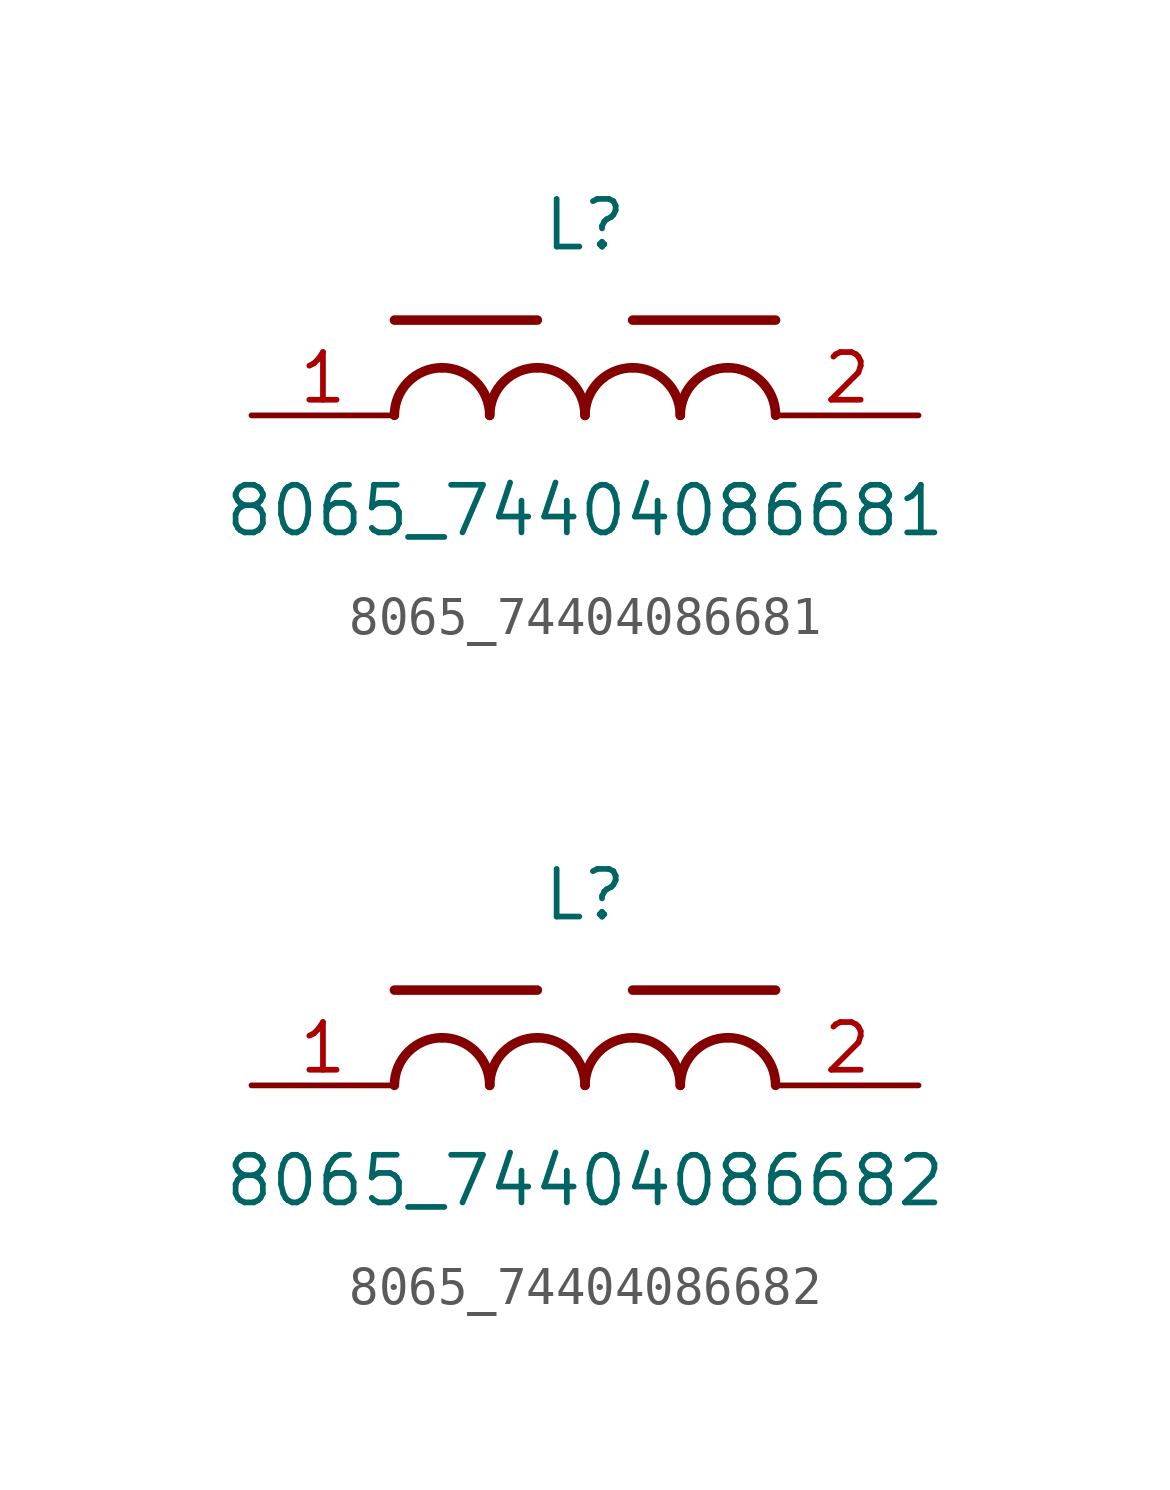
<source format=kicad_sym>
(kicad_symbol_lib
  (version 20211014)
  (generator kicad_symbol_editor)
  (symbol "Inductor_Wurth_WE-LQS:8065_74404086681"
    (pin_names hide)
    (property "Reference" "L"
      (at 0 5.08 0)
      (effects (font (size 1.27 1.27))))
    (property "Value" "8065_74404086681"
      (at 0 -2.54 0)
      (effects (font (size 1.27 1.27))))
    (symbol "8065_74404086681_0_1"
      (arc (start -3.81 1.27) (mid -4.708 0.898) (end -5.08 0) (stroke (width 0.254) (type default) (color 0 0 0 0)) (fill (type none)))
      (arc (start -2.54 0) (mid -2.912 0.898) (end -3.81 1.27) (stroke (width 0.254) (type default) (color 0 0 0 0)) (fill (type none)))
      (arc (start -1.2699 1.2701) (mid -2.1679 0.8981) (end -2.5399 0.0001) (stroke (width 0.254) (type default) (color 0 0 0 0)) (fill (type none)))
      (polyline (pts (xy -5.08 2.54) (xy -1.27 2.54)) (stroke (width 0.254) (type default) (color 0 0 0 0)) (fill (type none)))
      (polyline (pts (xy 5.08 2.54) (xy 1.27 2.54)) (stroke (width 0.254) (type default) (color 0 0 0 0)) (fill (type none)))
      (arc (start 0.0001 0.0001) (mid -0.3719 0.8981) (end -1.2699 1.2701) (stroke (width 0.254) (type default) (color 0 0 0 0)) (fill (type none)))
      (arc (start 1.2701 1.2701) (mid 0.3721 0.8981) (end 0.0001 0.0001) (stroke (width 0.254) (type default) (color 0 0 0 0)) (fill (type none)))
      (arc (start 2.5401 0.0001) (mid 2.1681 0.8981) (end 1.2701 1.2701) (stroke (width 0.254) (type default) (color 0 0 0 0)) (fill (type none)))
      (arc (start 3.8101 1.2701) (mid 2.9121 0.8981) (end 2.5401 0.0001) (stroke (width 0.254) (type default) (color 0 0 0 0)) (fill (type none)))
      (arc (start 5.0801 0.0001) (mid 4.7081 0.8981) (end 3.8101 1.2701) (stroke (width 0.254) (type default) (color 0 0 0 0)) (fill (type none))))
    (symbol "8065_74404086681_1_1"
      (pin passive line (at -8.89 0 0) (length 3.81) (name "1" (effects (font (size 1.27 1.27)))) (number "1" (effects (font (size 1.27 1.27)))))
      (pin passive line (at 8.89 0 180) (length 3.81) (name "2" (effects (font (size 1.27 1.27)))) (number "2" (effects (font (size 1.27 1.27)))))))
  (symbol "Inductor_Wurth_WE-LQS:8065_74404086682"
    (pin_names hide)
    (property "Reference" "L"
      (at 0 5.08 0)
      (effects (font (size 1.27 1.27))))
    (property "Value" "8065_74404086682"
      (at 0 -2.54 0)
      (effects (font (size 1.27 1.27))))
    (symbol "8065_74404086682_0_1"
      (arc (start -3.81 1.27) (mid -4.708 0.898) (end -5.08 0) (stroke (width 0.254) (type default) (color 0 0 0 0)) (fill (type none)))
      (arc (start -2.54 0) (mid -2.912 0.898) (end -3.81 1.27) (stroke (width 0.254) (type default) (color 0 0 0 0)) (fill (type none)))
      (arc (start -1.2699 1.2701) (mid -2.1679 0.8981) (end -2.5399 0.0001) (stroke (width 0.254) (type default) (color 0 0 0 0)) (fill (type none)))
      (polyline (pts (xy -5.08 2.54) (xy -1.27 2.54)) (stroke (width 0.254) (type default) (color 0 0 0 0)) (fill (type none)))
      (polyline (pts (xy 5.08 2.54) (xy 1.27 2.54)) (stroke (width 0.254) (type default) (color 0 0 0 0)) (fill (type none)))
      (arc (start 0.0001 0.0001) (mid -0.3719 0.8981) (end -1.2699 1.2701) (stroke (width 0.254) (type default) (color 0 0 0 0)) (fill (type none)))
      (arc (start 1.2701 1.2701) (mid 0.3721 0.8981) (end 0.0001 0.0001) (stroke (width 0.254) (type default) (color 0 0 0 0)) (fill (type none)))
      (arc (start 2.5401 0.0001) (mid 2.1681 0.8981) (end 1.2701 1.2701) (stroke (width 0.254) (type default) (color 0 0 0 0)) (fill (type none)))
      (arc (start 3.8101 1.2701) (mid 2.9121 0.8981) (end 2.5401 0.0001) (stroke (width 0.254) (type default) (color 0 0 0 0)) (fill (type none)))
      (arc (start 5.0801 0.0001) (mid 4.7081 0.8981) (end 3.8101 1.2701) (stroke (width 0.254) (type default) (color 0 0 0 0)) (fill (type none))))
    (symbol "8065_74404086682_1_1"
      (pin passive line (at -8.89 0 0) (length 3.81) (name "1" (effects (font (size 1.27 1.27)))) (number "1" (effects (font (size 1.27 1.27)))))
      (pin passive line (at 8.89 0 180) (length 3.81) (name "2" (effects (font (size 1.27 1.27)))) (number "2" (effects (font (size 1.27 1.27))))))))
</source>
